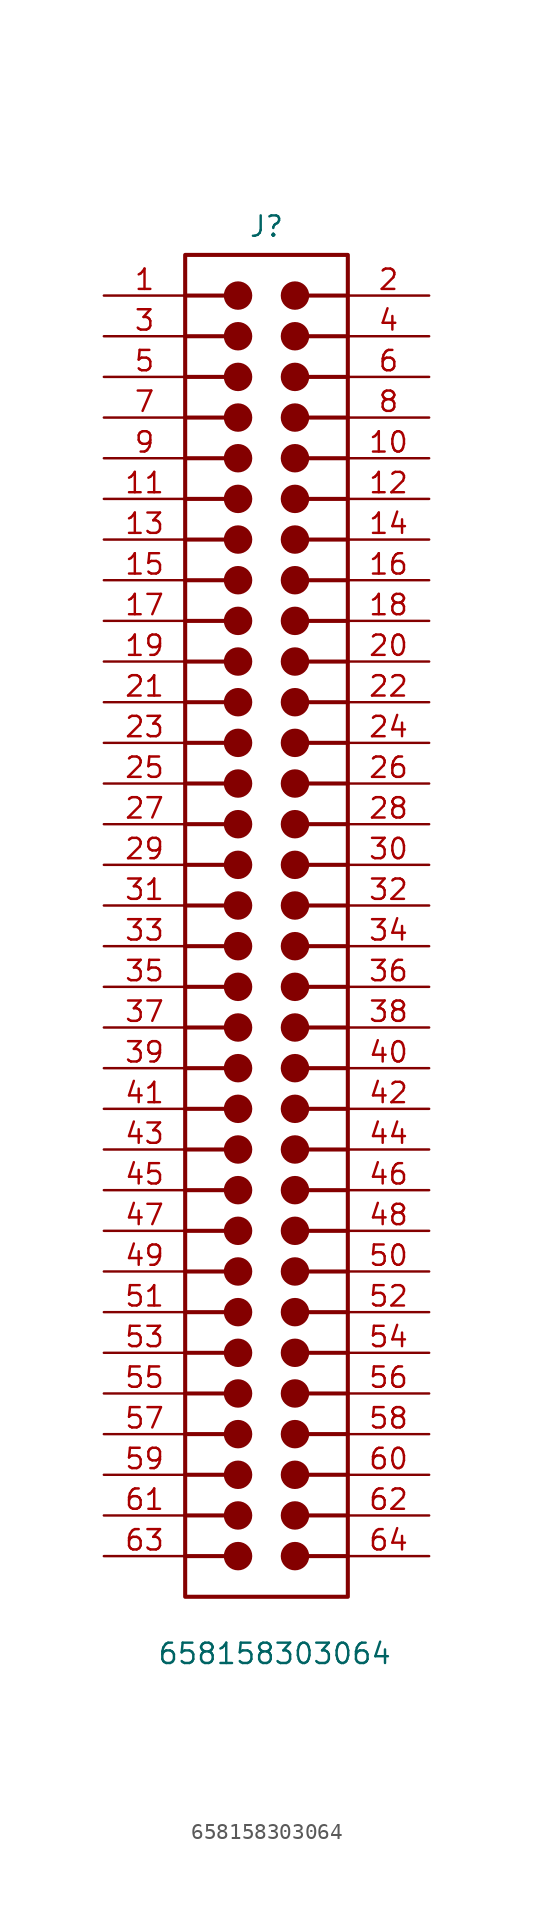
<source format=kicad_sym>
(kicad_symbol_lib
  (version 20241209)
  (generator "kicad_symbol_editor")
  (generator_version "9.0")
  (symbol "658158303064"
    (pin_names
      (hide yes))
    (property "Reference" "J"
      (at 0 42.418 0)
      (effects (font (size 1.27 1.27))))
    (property "Value" "658158303064"
      (at 0.508 -46.736 0)
      (effects (font (size 1.27 1.27))))
    (symbol "658158303064_1_1"
      (rectangle (start -5.08 40.64) (end 5.08 -43.18) (stroke (width 0.254) (type solid)) (fill (type none)))
      (polyline (pts (xy -5.08 38.1) (xy -2.54 38.1)) (stroke (width 0.254) (type solid)) (fill (type none)))
      (polyline (pts (xy -5.08 35.56) (xy -2.54 35.56)) (stroke (width 0.254) (type solid)) (fill (type none)))
      (polyline (pts (xy -5.08 33.02) (xy -2.54 33.02)) (stroke (width 0.254) (type solid)) (fill (type none)))
      (polyline (pts (xy -5.08 30.48) (xy -2.54 30.48)) (stroke (width 0.254) (type solid)) (fill (type none)))
      (polyline (pts (xy -5.08 27.94) (xy -2.54 27.94)) (stroke (width 0.254) (type solid)) (fill (type none)))
      (polyline (pts (xy -5.08 25.4) (xy -2.54 25.4)) (stroke (width 0.254) (type solid)) (fill (type none)))
      (polyline (pts (xy -5.08 22.86) (xy -2.54 22.86)) (stroke (width 0.254) (type solid)) (fill (type none)))
      (polyline (pts (xy -5.08 20.32) (xy -2.54 20.32)) (stroke (width 0.254) (type solid)) (fill (type none)))
      (polyline (pts (xy -5.08 17.78) (xy -2.54 17.78)) (stroke (width 0.254) (type solid)) (fill (type none)))
      (polyline (pts (xy -5.08 15.24) (xy -2.54 15.24)) (stroke (width 0.254) (type solid)) (fill (type none)))
      (polyline (pts (xy -5.08 12.7) (xy -2.54 12.7)) (stroke (width 0.254) (type solid)) (fill (type none)))
      (polyline (pts (xy -5.08 10.16) (xy -2.54 10.16)) (stroke (width 0.254) (type solid)) (fill (type none)))
      (polyline (pts (xy -5.08 7.62) (xy -2.54 7.62)) (stroke (width 0.254) (type solid)) (fill (type none)))
      (polyline (pts (xy -5.08 5.08) (xy -2.54 5.08)) (stroke (width 0.254) (type solid)) (fill (type none)))
      (polyline (pts (xy -5.08 2.54) (xy -2.54 2.54)) (stroke (width 0.254) (type solid)) (fill (type none)))
      (polyline (pts (xy -5.08 0) (xy -2.54 0)) (stroke (width 0.254) (type solid)) (fill (type none)))
      (polyline (pts (xy -5.08 -2.54) (xy -2.54 -2.54)) (stroke (width 0.254) (type solid)) (fill (type none)))
      (polyline (pts (xy -5.08 -5.08) (xy -2.54 -5.08)) (stroke (width 0.254) (type solid)) (fill (type none)))
      (polyline (pts (xy -5.08 -7.62) (xy -2.54 -7.62)) (stroke (width 0.254) (type solid)) (fill (type none)))
      (polyline (pts (xy -5.08 -10.16) (xy -2.54 -10.16)) (stroke (width 0.254) (type solid)) (fill (type none)))
      (polyline (pts (xy -5.08 -12.7) (xy -2.54 -12.7)) (stroke (width 0.254) (type solid)) (fill (type none)))
      (polyline (pts (xy -5.08 -15.24) (xy -2.54 -15.24)) (stroke (width 0.254) (type solid)) (fill (type none)))
      (polyline (pts (xy -5.08 -17.78) (xy -2.54 -17.78)) (stroke (width 0.254) (type solid)) (fill (type none)))
      (polyline (pts (xy -5.08 -20.32) (xy -2.54 -20.32)) (stroke (width 0.254) (type solid)) (fill (type none)))
      (polyline (pts (xy -5.08 -22.86) (xy -2.54 -22.86)) (stroke (width 0.254) (type solid)) (fill (type none)))
      (polyline (pts (xy -5.08 -25.4) (xy -2.54 -25.4)) (stroke (width 0.254) (type solid)) (fill (type none)))
      (polyline (pts (xy -5.08 -27.94) (xy -2.54 -27.94)) (stroke (width 0.254) (type solid)) (fill (type none)))
      (polyline (pts (xy -5.08 -30.48) (xy -2.54 -30.48)) (stroke (width 0.254) (type solid)) (fill (type none)))
      (polyline (pts (xy -5.08 -33.02) (xy -2.54 -33.02)) (stroke (width 0.254) (type solid)) (fill (type none)))
      (polyline (pts (xy -5.08 -35.56) (xy -2.54 -35.56)) (stroke (width 0.254) (type solid)) (fill (type none)))
      (polyline (pts (xy -5.08 -38.1) (xy -2.54 -38.1)) (stroke (width 0.254) (type solid)) (fill (type none)))
      (polyline (pts (xy -5.08 -40.64) (xy -2.54 -40.64)) (stroke (width 0.254) (type solid)) (fill (type none)))
      (circle (center -1.778 38.1) (radius 0.762) (stroke (width 0.254) (type solid)) (fill (type outline)))
      (circle (center -1.778 35.56) (radius 0.762) (stroke (width 0.254) (type solid)) (fill (type outline)))
      (circle (center -1.778 33.02) (radius 0.762) (stroke (width 0.254) (type solid)) (fill (type outline)))
      (circle (center -1.778 30.48) (radius 0.762) (stroke (width 0.254) (type solid)) (fill (type outline)))
      (circle (center -1.778 27.94) (radius 0.762) (stroke (width 0.254) (type solid)) (fill (type outline)))
      (circle (center -1.778 25.4) (radius 0.762) (stroke (width 0.254) (type solid)) (fill (type outline)))
      (circle (center -1.778 22.86) (radius 0.762) (stroke (width 0.254) (type solid)) (fill (type outline)))
      (circle (center -1.778 20.32) (radius 0.762) (stroke (width 0.254) (type solid)) (fill (type outline)))
      (circle (center -1.778 17.78) (radius 0.762) (stroke (width 0.254) (type solid)) (fill (type outline)))
      (circle (center -1.778 15.24) (radius 0.762) (stroke (width 0.254) (type solid)) (fill (type outline)))
      (circle (center -1.778 12.7) (radius 0.762) (stroke (width 0.254) (type solid)) (fill (type outline)))
      (circle (center -1.778 10.16) (radius 0.762) (stroke (width 0.254) (type solid)) (fill (type outline)))
      (circle (center -1.778 7.62) (radius 0.762) (stroke (width 0.254) (type solid)) (fill (type outline)))
      (circle (center -1.778 5.08) (radius 0.762) (stroke (width 0.254) (type solid)) (fill (type outline)))
      (circle (center -1.778 2.54) (radius 0.762) (stroke (width 0.254) (type solid)) (fill (type outline)))
      (circle (center -1.778 0) (radius 0.762) (stroke (width 0.254) (type solid)) (fill (type outline)))
      (circle (center -1.778 -2.54) (radius 0.762) (stroke (width 0.254) (type solid)) (fill (type outline)))
      (circle (center -1.778 -5.08) (radius 0.762) (stroke (width 0.254) (type solid)) (fill (type outline)))
      (circle (center -1.778 -7.62) (radius 0.762) (stroke (width 0.254) (type solid)) (fill (type outline)))
      (circle (center -1.778 -10.16) (radius 0.762) (stroke (width 0.254) (type solid)) (fill (type outline)))
      (circle (center -1.778 -12.7) (radius 0.762) (stroke (width 0.254) (type solid)) (fill (type outline)))
      (circle (center -1.778 -15.24) (radius 0.762) (stroke (width 0.254) (type solid)) (fill (type outline)))
      (circle (center -1.778 -17.78) (radius 0.762) (stroke (width 0.254) (type solid)) (fill (type outline)))
      (circle (center -1.778 -20.32) (radius 0.762) (stroke (width 0.254) (type solid)) (fill (type outline)))
      (circle (center -1.778 -22.86) (radius 0.762) (stroke (width 0.254) (type solid)) (fill (type outline)))
      (circle (center -1.778 -25.4) (radius 0.762) (stroke (width 0.254) (type solid)) (fill (type outline)))
      (circle (center -1.778 -27.94) (radius 0.762) (stroke (width 0.254) (type solid)) (fill (type outline)))
      (circle (center -1.778 -30.48) (radius 0.762) (stroke (width 0.254) (type solid)) (fill (type outline)))
      (circle (center -1.778 -33.02) (radius 0.762) (stroke (width 0.254) (type solid)) (fill (type outline)))
      (circle (center -1.778 -35.56) (radius 0.762) (stroke (width 0.254) (type solid)) (fill (type outline)))
      (circle (center -1.778 -38.1) (radius 0.762) (stroke (width 0.254) (type solid)) (fill (type outline)))
      (circle (center -1.778 -40.64) (radius 0.762) (stroke (width 0.254) (type solid)) (fill (type outline)))
      (circle (center 1.778 38.1) (radius 0.762) (stroke (width 0.254) (type solid)) (fill (type outline)))
      (circle (center 1.778 35.56) (radius 0.762) (stroke (width 0.254) (type solid)) (fill (type outline)))
      (circle (center 1.778 33.02) (radius 0.762) (stroke (width 0.254) (type solid)) (fill (type outline)))
      (circle (center 1.778 30.48) (radius 0.762) (stroke (width 0.254) (type solid)) (fill (type outline)))
      (circle (center 1.778 27.94) (radius 0.762) (stroke (width 0.254) (type solid)) (fill (type outline)))
      (circle (center 1.778 25.4) (radius 0.762) (stroke (width 0.254) (type solid)) (fill (type outline)))
      (circle (center 1.778 22.86) (radius 0.762) (stroke (width 0.254) (type solid)) (fill (type outline)))
      (circle (center 1.778 20.32) (radius 0.762) (stroke (width 0.254) (type solid)) (fill (type outline)))
      (circle (center 1.778 17.78) (radius 0.762) (stroke (width 0.254) (type solid)) (fill (type outline)))
      (circle (center 1.778 15.24) (radius 0.762) (stroke (width 0.254) (type solid)) (fill (type outline)))
      (circle (center 1.778 12.7) (radius 0.762) (stroke (width 0.254) (type solid)) (fill (type outline)))
      (circle (center 1.778 10.16) (radius 0.762) (stroke (width 0.254) (type solid)) (fill (type outline)))
      (circle (center 1.778 7.62) (radius 0.762) (stroke (width 0.254) (type solid)) (fill (type outline)))
      (circle (center 1.778 5.08) (radius 0.762) (stroke (width 0.254) (type solid)) (fill (type outline)))
      (circle (center 1.778 2.54) (radius 0.762) (stroke (width 0.254) (type solid)) (fill (type outline)))
      (circle (center 1.778 0) (radius 0.762) (stroke (width 0.254) (type solid)) (fill (type outline)))
      (circle (center 1.778 -2.54) (radius 0.762) (stroke (width 0.254) (type solid)) (fill (type outline)))
      (circle (center 1.778 -5.08) (radius 0.762) (stroke (width 0.254) (type solid)) (fill (type outline)))
      (circle (center 1.778 -7.62) (radius 0.762) (stroke (width 0.254) (type solid)) (fill (type outline)))
      (circle (center 1.778 -10.16) (radius 0.762) (stroke (width 0.254) (type solid)) (fill (type outline)))
      (circle (center 1.778 -12.7) (radius 0.762) (stroke (width 0.254) (type solid)) (fill (type outline)))
      (circle (center 1.778 -15.24) (radius 0.762) (stroke (width 0.254) (type solid)) (fill (type outline)))
      (circle (center 1.778 -17.78) (radius 0.762) (stroke (width 0.254) (type solid)) (fill (type outline)))
      (circle (center 1.778 -20.32) (radius 0.762) (stroke (width 0.254) (type solid)) (fill (type outline)))
      (circle (center 1.778 -22.86) (radius 0.762) (stroke (width 0.254) (type solid)) (fill (type outline)))
      (circle (center 1.778 -25.4) (radius 0.762) (stroke (width 0.254) (type solid)) (fill (type outline)))
      (circle (center 1.778 -27.94) (radius 0.762) (stroke (width 0.254) (type solid)) (fill (type outline)))
      (circle (center 1.778 -30.48) (radius 0.762) (stroke (width 0.254) (type solid)) (fill (type outline)))
      (circle (center 1.778 -33.02) (radius 0.762) (stroke (width 0.254) (type solid)) (fill (type outline)))
      (circle (center 1.778 -35.56) (radius 0.762) (stroke (width 0.254) (type solid)) (fill (type outline)))
      (circle (center 1.778 -38.1) (radius 0.762) (stroke (width 0.254) (type solid)) (fill (type outline)))
      (circle (center 1.778 -40.64) (radius 0.762) (stroke (width 0.254) (type solid)) (fill (type outline)))
      (polyline (pts (xy 5.08 38.1) (xy 2.54 38.1)) (stroke (width 0.254) (type solid)) (fill (type none)))
      (polyline (pts (xy 5.08 35.56) (xy 2.54 35.56)) (stroke (width 0.254) (type solid)) (fill (type none)))
      (polyline (pts (xy 5.08 33.02) (xy 2.54 33.02)) (stroke (width 0.254) (type solid)) (fill (type none)))
      (polyline (pts (xy 5.08 30.48) (xy 2.54 30.48)) (stroke (width 0.254) (type solid)) (fill (type none)))
      (polyline (pts (xy 5.08 27.94) (xy 2.54 27.94)) (stroke (width 0.254) (type solid)) (fill (type none)))
      (polyline (pts (xy 5.08 25.4) (xy 2.54 25.4)) (stroke (width 0.254) (type solid)) (fill (type none)))
      (polyline (pts (xy 5.08 22.86) (xy 2.54 22.86)) (stroke (width 0.254) (type solid)) (fill (type none)))
      (polyline (pts (xy 5.08 20.32) (xy 2.54 20.32)) (stroke (width 0.254) (type solid)) (fill (type none)))
      (polyline (pts (xy 5.08 17.78) (xy 2.54 17.78)) (stroke (width 0.254) (type solid)) (fill (type none)))
      (polyline (pts (xy 5.08 15.24) (xy 2.54 15.24)) (stroke (width 0.254) (type solid)) (fill (type none)))
      (polyline (pts (xy 5.08 12.7) (xy 2.54 12.7)) (stroke (width 0.254) (type solid)) (fill (type none)))
      (polyline (pts (xy 5.08 10.16) (xy 2.54 10.16)) (stroke (width 0.254) (type solid)) (fill (type none)))
      (polyline (pts (xy 5.08 7.62) (xy 2.54 7.62)) (stroke (width 0.254) (type solid)) (fill (type none)))
      (polyline (pts (xy 5.08 5.08) (xy 2.54 5.08)) (stroke (width 0.254) (type solid)) (fill (type none)))
      (polyline (pts (xy 5.08 2.54) (xy 2.54 2.54)) (stroke (width 0.254) (type solid)) (fill (type none)))
      (polyline (pts (xy 5.08 0) (xy 2.54 0)) (stroke (width 0.254) (type solid)) (fill (type none)))
      (polyline (pts (xy 5.08 -2.54) (xy 2.54 -2.54)) (stroke (width 0.254) (type solid)) (fill (type none)))
      (polyline (pts (xy 5.08 -5.08) (xy 2.54 -5.08)) (stroke (width 0.254) (type solid)) (fill (type none)))
      (polyline (pts (xy 5.08 -7.62) (xy 2.54 -7.62)) (stroke (width 0.254) (type solid)) (fill (type none)))
      (polyline (pts (xy 5.08 -10.16) (xy 2.54 -10.16)) (stroke (width 0.254) (type solid)) (fill (type none)))
      (polyline (pts (xy 5.08 -12.7) (xy 2.54 -12.7)) (stroke (width 0.254) (type solid)) (fill (type none)))
      (polyline (pts (xy 5.08 -15.24) (xy 2.54 -15.24)) (stroke (width 0.254) (type solid)) (fill (type none)))
      (polyline (pts (xy 5.08 -17.78) (xy 2.54 -17.78)) (stroke (width 0.254) (type solid)) (fill (type none)))
      (polyline (pts (xy 5.08 -20.32) (xy 2.54 -20.32)) (stroke (width 0.254) (type solid)) (fill (type none)))
      (polyline (pts (xy 5.08 -22.86) (xy 2.54 -22.86)) (stroke (width 0.254) (type solid)) (fill (type none)))
      (polyline (pts (xy 5.08 -25.4) (xy 2.54 -25.4)) (stroke (width 0.254) (type solid)) (fill (type none)))
      (polyline (pts (xy 5.08 -27.94) (xy 2.54 -27.94)) (stroke (width 0.254) (type solid)) (fill (type none)))
      (polyline (pts (xy 5.08 -30.48) (xy 2.54 -30.48)) (stroke (width 0.254) (type solid)) (fill (type none)))
      (polyline (pts (xy 5.08 -33.02) (xy 2.54 -33.02)) (stroke (width 0.254) (type solid)) (fill (type none)))
      (polyline (pts (xy 5.08 -35.56) (xy 2.54 -35.56)) (stroke (width 0.254) (type solid)) (fill (type none)))
      (polyline (pts (xy 5.08 -38.1) (xy 2.54 -38.1)) (stroke (width 0.254) (type solid)) (fill (type none)))
      (polyline (pts (xy 5.08 -40.64) (xy 2.54 -40.64)) (stroke (width 0.254) (type solid)) (fill (type none)))
      (pin passive line (at -10.16 38.1 0) (length 5.08) (name "1" (effects (font (size 1.27 1.27)))) (number "1" (effects (font (size 1.27 1.27)))))
      (pin passive line (at -10.16 35.56 0) (length 5.08) (name "3" (effects (font (size 1.27 1.27)))) (number "3" (effects (font (size 1.27 1.27)))))
      (pin passive line (at -10.16 33.02 0) (length 5.08) (name "5" (effects (font (size 1.27 1.27)))) (number "5" (effects (font (size 1.27 1.27)))))
      (pin passive line (at -10.16 30.48 0) (length 5.08) (name "7" (effects (font (size 1.27 1.27)))) (number "7" (effects (font (size 1.27 1.27)))))
      (pin passive line (at -10.16 27.94 0) (length 5.08) (name "9" (effects (font (size 1.27 1.27)))) (number "9" (effects (font (size 1.27 1.27)))))
      (pin passive line (at -10.16 25.4 0) (length 5.08) (name "11" (effects (font (size 1.27 1.27)))) (number "11" (effects (font (size 1.27 1.27)))))
      (pin passive line (at -10.16 22.86 0) (length 5.08) (name "13" (effects (font (size 1.27 1.27)))) (number "13" (effects (font (size 1.27 1.27)))))
      (pin passive line (at -10.16 20.32 0) (length 5.08) (name "15" (effects (font (size 1.27 1.27)))) (number "15" (effects (font (size 1.27 1.27)))))
      (pin passive line (at -10.16 17.78 0) (length 5.08) (name "17" (effects (font (size 1.27 1.27)))) (number "17" (effects (font (size 1.27 1.27)))))
      (pin passive line (at -10.16 15.24 0) (length 5.08) (name "19" (effects (font (size 1.27 1.27)))) (number "19" (effects (font (size 1.27 1.27)))))
      (pin passive line (at -10.16 12.7 0) (length 5.08) (name "21" (effects (font (size 1.27 1.27)))) (number "21" (effects (font (size 1.27 1.27)))))
      (pin passive line (at -10.16 10.16 0) (length 5.08) (name "23" (effects (font (size 1.27 1.27)))) (number "23" (effects (font (size 1.27 1.27)))))
      (pin passive line (at -10.16 7.62 0) (length 5.08) (name "25" (effects (font (size 1.27 1.27)))) (number "25" (effects (font (size 1.27 1.27)))))
      (pin passive line (at -10.16 5.08 0) (length 5.08) (name "27" (effects (font (size 1.27 1.27)))) (number "27" (effects (font (size 1.27 1.27)))))
      (pin passive line (at -10.16 2.54 0) (length 5.08) (name "29" (effects (font (size 1.27 1.27)))) (number "29" (effects (font (size 1.27 1.27)))))
      (pin passive line (at -10.16 0 0) (length 5.08) (name "31" (effects (font (size 1.27 1.27)))) (number "31" (effects (font (size 1.27 1.27)))))
      (pin passive line (at -10.16 -2.54 0) (length 5.08) (name "33" (effects (font (size 1.27 1.27)))) (number "33" (effects (font (size 1.27 1.27)))))
      (pin passive line (at -10.16 -5.08 0) (length 5.08) (name "35" (effects (font (size 1.27 1.27)))) (number "35" (effects (font (size 1.27 1.27)))))
      (pin passive line (at -10.16 -7.62 0) (length 5.08) (name "37" (effects (font (size 1.27 1.27)))) (number "37" (effects (font (size 1.27 1.27)))))
      (pin passive line (at -10.16 -10.16 0) (length 5.08) (name "39" (effects (font (size 1.27 1.27)))) (number "39" (effects (font (size 1.27 1.27)))))
      (pin passive line (at -10.16 -12.7 0) (length 5.08) (name "41" (effects (font (size 1.27 1.27)))) (number "41" (effects (font (size 1.27 1.27)))))
      (pin passive line (at -10.16 -15.24 0) (length 5.08) (name "43" (effects (font (size 1.27 1.27)))) (number "43" (effects (font (size 1.27 1.27)))))
      (pin passive line (at -10.16 -17.78 0) (length 5.08) (name "45" (effects (font (size 1.27 1.27)))) (number "45" (effects (font (size 1.27 1.27)))))
      (pin passive line (at -10.16 -20.32 0) (length 5.08) (name "47" (effects (font (size 1.27 1.27)))) (number "47" (effects (font (size 1.27 1.27)))))
      (pin passive line (at -10.16 -22.86 0) (length 5.08) (name "49" (effects (font (size 1.27 1.27)))) (number "49" (effects (font (size 1.27 1.27)))))
      (pin passive line (at -10.16 -25.4 0) (length 5.08) (name "51" (effects (font (size 1.27 1.27)))) (number "51" (effects (font (size 1.27 1.27)))))
      (pin passive line (at -10.16 -27.94 0) (length 5.08) (name "53" (effects (font (size 1.27 1.27)))) (number "53" (effects (font (size 1.27 1.27)))))
      (pin passive line (at -10.16 -30.48 0) (length 5.08) (name "55" (effects (font (size 1.27 1.27)))) (number "55" (effects (font (size 1.27 1.27)))))
      (pin passive line (at -10.16 -33.02 0) (length 5.08) (name "57" (effects (font (size 1.27 1.27)))) (number "57" (effects (font (size 1.27 1.27)))))
      (pin passive line (at -10.16 -35.56 0) (length 5.08) (name "59" (effects (font (size 1.27 1.27)))) (number "59" (effects (font (size 1.27 1.27)))))
      (pin passive line (at -10.16 -38.1 0) (length 5.08) (name "61" (effects (font (size 1.27 1.27)))) (number "61" (effects (font (size 1.27 1.27)))))
      (pin passive line (at -10.16 -40.64 0) (length 5.08) (name "63" (effects (font (size 1.27 1.27)))) (number "63" (effects (font (size 1.27 1.27)))))
      (pin passive line (at 10.16 38.1 180) (length 5.08) (name "2" (effects (font (size 1.27 1.27)))) (number "2" (effects (font (size 1.27 1.27)))))
      (pin passive line (at 10.16 35.56 180) (length 5.08) (name "4" (effects (font (size 1.27 1.27)))) (number "4" (effects (font (size 1.27 1.27)))))
      (pin passive line (at 10.16 33.02 180) (length 5.08) (name "6" (effects (font (size 1.27 1.27)))) (number "6" (effects (font (size 1.27 1.27)))))
      (pin passive line (at 10.16 30.48 180) (length 5.08) (name "8" (effects (font (size 1.27 1.27)))) (number "8" (effects (font (size 1.27 1.27)))))
      (pin passive line (at 10.16 27.94 180) (length 5.08) (name "10" (effects (font (size 1.27 1.27)))) (number "10" (effects (font (size 1.27 1.27)))))
      (pin passive line (at 10.16 25.4 180) (length 5.08) (name "12" (effects (font (size 1.27 1.27)))) (number "12" (effects (font (size 1.27 1.27)))))
      (pin passive line (at 10.16 22.86 180) (length 5.08) (name "14" (effects (font (size 1.27 1.27)))) (number "14" (effects (font (size 1.27 1.27)))))
      (pin passive line (at 10.16 20.32 180) (length 5.08) (name "16" (effects (font (size 1.27 1.27)))) (number "16" (effects (font (size 1.27 1.27)))))
      (pin passive line (at 10.16 17.78 180) (length 5.08) (name "18" (effects (font (size 1.27 1.27)))) (number "18" (effects (font (size 1.27 1.27)))))
      (pin passive line (at 10.16 15.24 180) (length 5.08) (name "20" (effects (font (size 1.27 1.27)))) (number "20" (effects (font (size 1.27 1.27)))))
      (pin passive line (at 10.16 12.7 180) (length 5.08) (name "22" (effects (font (size 1.27 1.27)))) (number "22" (effects (font (size 1.27 1.27)))))
      (pin passive line (at 10.16 10.16 180) (length 5.08) (name "24" (effects (font (size 1.27 1.27)))) (number "24" (effects (font (size 1.27 1.27)))))
      (pin passive line (at 10.16 7.62 180) (length 5.08) (name "1" (effects (font (size 1.27 1.27)))) (number "26" (effects (font (size 1.27 1.27)))))
      (pin passive line (at 10.16 5.08 180) (length 5.08) (name "28" (effects (font (size 1.27 1.27)))) (number "28" (effects (font (size 1.27 1.27)))))
      (pin passive line (at 10.16 2.54 180) (length 5.08) (name "30" (effects (font (size 1.27 1.27)))) (number "30" (effects (font (size 1.27 1.27)))))
      (pin passive line (at 10.16 0 180) (length 5.08) (name "32" (effects (font (size 1.27 1.27)))) (number "32" (effects (font (size 1.27 1.27)))))
      (pin passive line (at 10.16 -2.54 180) (length 5.08) (name "34" (effects (font (size 1.27 1.27)))) (number "34" (effects (font (size 1.27 1.27)))))
      (pin passive line (at 10.16 -5.08 180) (length 5.08) (name "36" (effects (font (size 1.27 1.27)))) (number "36" (effects (font (size 1.27 1.27)))))
      (pin passive line (at 10.16 -7.62 180) (length 5.08) (name "38" (effects (font (size 1.27 1.27)))) (number "38" (effects (font (size 1.27 1.27)))))
      (pin passive line (at 10.16 -10.16 180) (length 5.08) (name "40" (effects (font (size 1.27 1.27)))) (number "40" (effects (font (size 1.27 1.27)))))
      (pin passive line (at 10.16 -12.7 180) (length 5.08) (name "42" (effects (font (size 1.27 1.27)))) (number "42" (effects (font (size 1.27 1.27)))))
      (pin passive line (at 10.16 -15.24 180) (length 5.08) (name "44" (effects (font (size 1.27 1.27)))) (number "44" (effects (font (size 1.27 1.27)))))
      (pin passive line (at 10.16 -17.78 180) (length 5.08) (name "46" (effects (font (size 1.27 1.27)))) (number "46" (effects (font (size 1.27 1.27)))))
      (pin passive line (at 10.16 -20.32 180) (length 5.08) (name "48" (effects (font (size 1.27 1.27)))) (number "48" (effects (font (size 1.27 1.27)))))
      (pin passive line (at 10.16 -22.86 180) (length 5.08) (name "50" (effects (font (size 1.27 1.27)))) (number "50" (effects (font (size 1.27 1.27)))))
      (pin passive line (at 10.16 -25.4 180) (length 5.08) (name "52" (effects (font (size 1.27 1.27)))) (number "52" (effects (font (size 1.27 1.27)))))
      (pin passive line (at 10.16 -27.94 180) (length 5.08) (name "54" (effects (font (size 1.27 1.27)))) (number "54" (effects (font (size 1.27 1.27)))))
      (pin passive line (at 10.16 -30.48 180) (length 5.08) (name "56" (effects (font (size 1.27 1.27)))) (number "56" (effects (font (size 1.27 1.27)))))
      (pin passive line (at 10.16 -33.02 180) (length 5.08) (name "58" (effects (font (size 1.27 1.27)))) (number "58" (effects (font (size 1.27 1.27)))))
      (pin passive line (at 10.16 -35.56 180) (length 5.08) (name "60" (effects (font (size 1.27 1.27)))) (number "60" (effects (font (size 1.27 1.27)))))
      (pin passive line (at 10.16 -38.1 180) (length 5.08) (name "62" (effects (font (size 1.27 1.27)))) (number "62" (effects (font (size 1.27 1.27)))))
      (pin passive line (at 10.16 -40.64 180) (length 5.08) (name "64" (effects (font (size 1.27 1.27)))) (number "64" (effects (font (size 1.27 1.27))))))))
</source>
